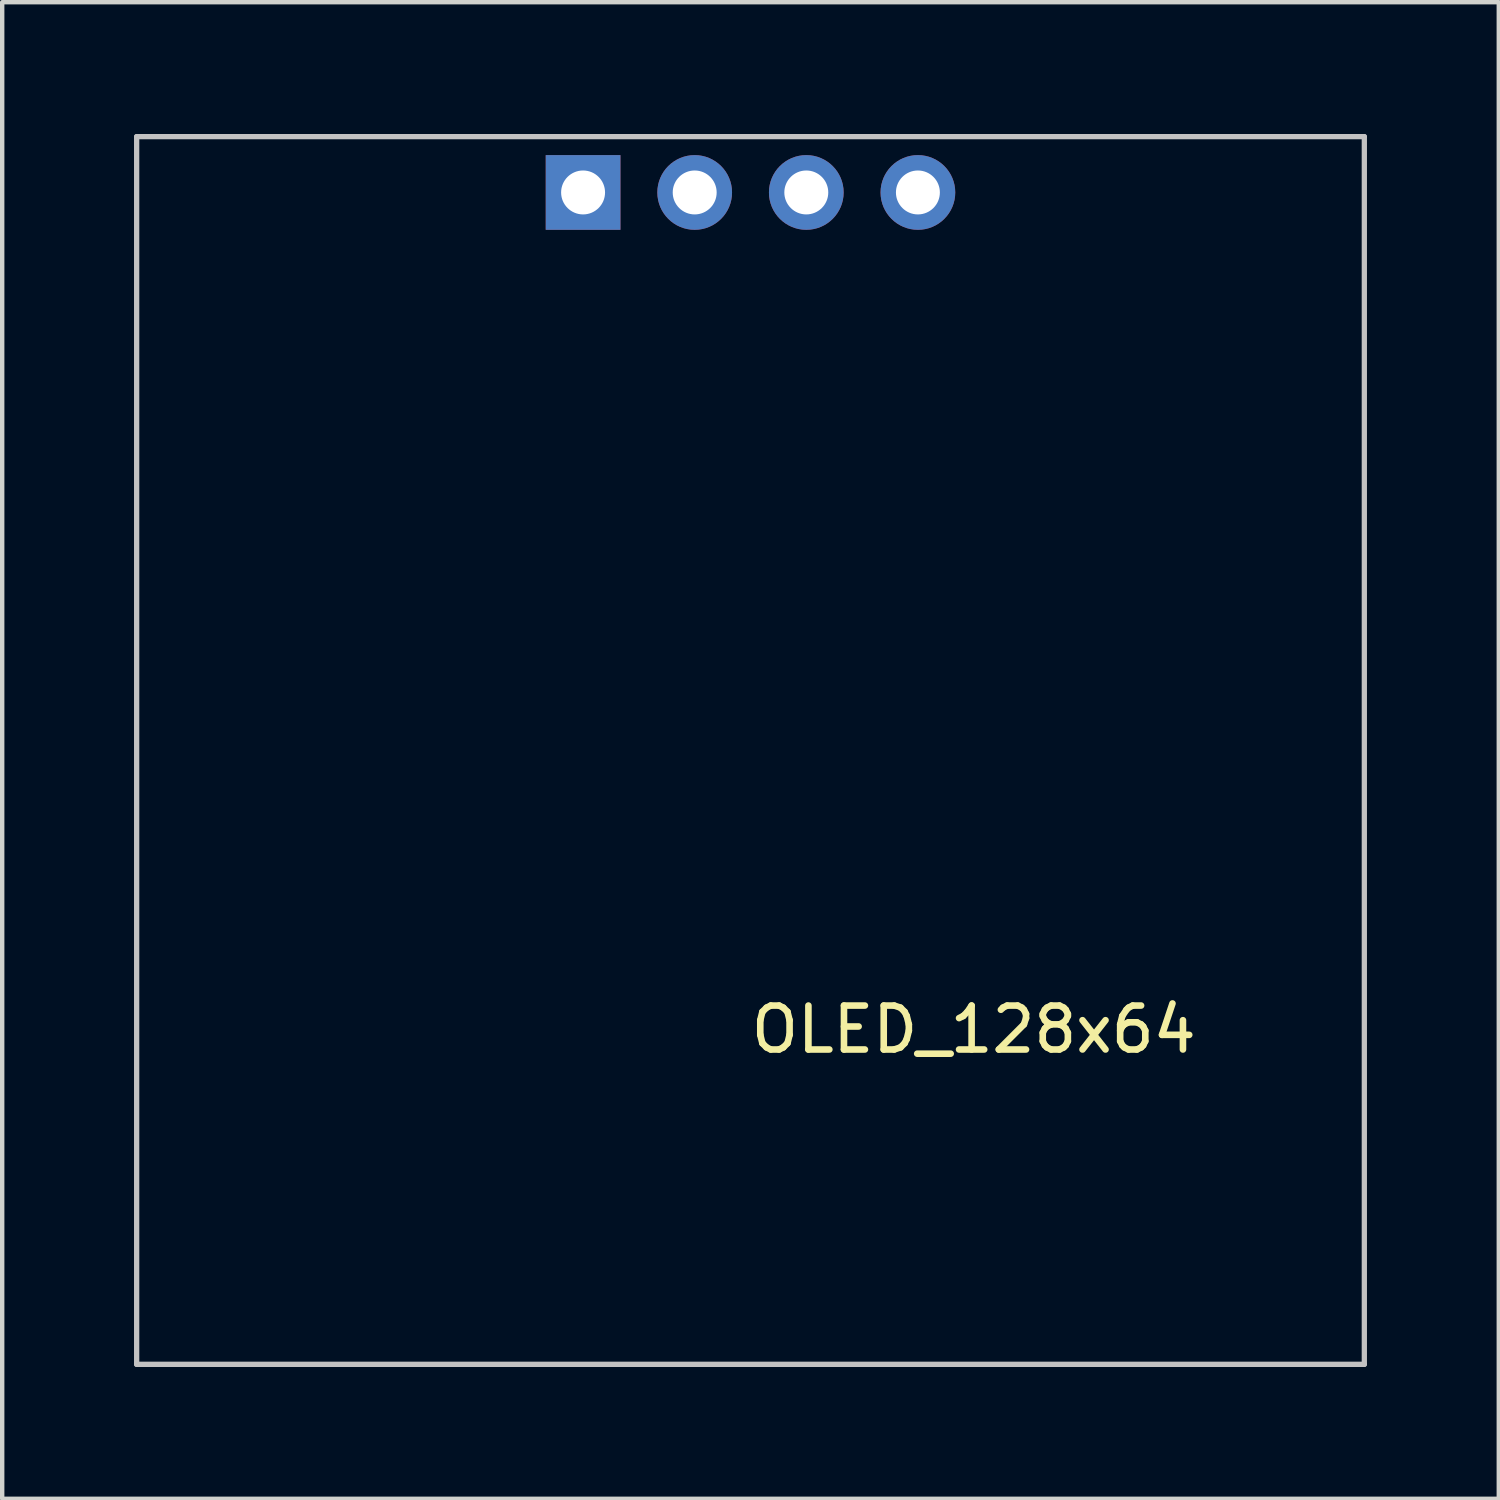
<source format=kicad_pcb>
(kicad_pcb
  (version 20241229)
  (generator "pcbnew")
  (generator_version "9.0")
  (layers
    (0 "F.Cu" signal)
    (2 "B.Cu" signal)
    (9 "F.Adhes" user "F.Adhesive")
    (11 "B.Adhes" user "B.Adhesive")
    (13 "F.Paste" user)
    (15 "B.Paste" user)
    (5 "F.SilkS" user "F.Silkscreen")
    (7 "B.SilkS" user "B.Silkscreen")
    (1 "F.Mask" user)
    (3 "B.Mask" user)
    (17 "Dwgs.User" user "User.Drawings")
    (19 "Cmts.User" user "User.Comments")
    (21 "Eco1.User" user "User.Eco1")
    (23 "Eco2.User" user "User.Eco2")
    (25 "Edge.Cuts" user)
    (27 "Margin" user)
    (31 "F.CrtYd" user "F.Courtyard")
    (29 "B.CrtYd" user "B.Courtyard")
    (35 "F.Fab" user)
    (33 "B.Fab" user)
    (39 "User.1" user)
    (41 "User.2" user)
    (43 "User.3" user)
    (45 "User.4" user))
  (footprint "OLED_128x64"
    (layer "F.Cu")
    (at 14.03 1.33)
    (property "Reference" "OLED_128x64" (at 5.08 19.05 0) (layer "F.SilkS") (effects (font (size 1 1) (thickness 0.15))))
    (attr through_hole exclude_from_pos_files)
    (fp_line (start -13.97 -1.27) (end -13.97 26.67) (stroke (width 0.12) (type solid)) (layer "Dwgs.User"))
    (fp_line (start -13.97 26.67) (end 13.97 26.67) (stroke (width 0.12) (type solid)) (layer "Dwgs.User"))
    (fp_line (start 13.97 -1.27) (end -13.97 -1.27) (stroke (width 0.12) (type solid)) (layer "Dwgs.User"))
    (fp_line (start 13.97 26.67) (end 13.97 -1.27) (stroke (width 0.12) (type solid)) (layer "Dwgs.User"))
    (pad "1" thru_hole rect (at -3.81 0 90) (size 1.7 1.7) (drill 1) (layers "*.Cu" "*.Mask"))
    (pad "2" thru_hole oval (at -1.27 0 90) (size 1.7 1.7) (drill 1) (layers "*.Cu" "*.Mask"))
    (pad "3" thru_hole oval (at 1.27 0 90) (size 1.7 1.7) (drill 1) (layers "*.Cu" "*.Mask"))
    (pad "4" thru_hole oval (at 3.81 0 90) (size 1.7 1.7) (drill 1) (layers "*.Cu" "*.Mask")))
  (gr_rect
    (start -3 -3)
    (end 31.06 31.06)
    (stroke (width 0.1) (type default))
    (fill no)
    (layer "Edge.Cuts")))
</source>
